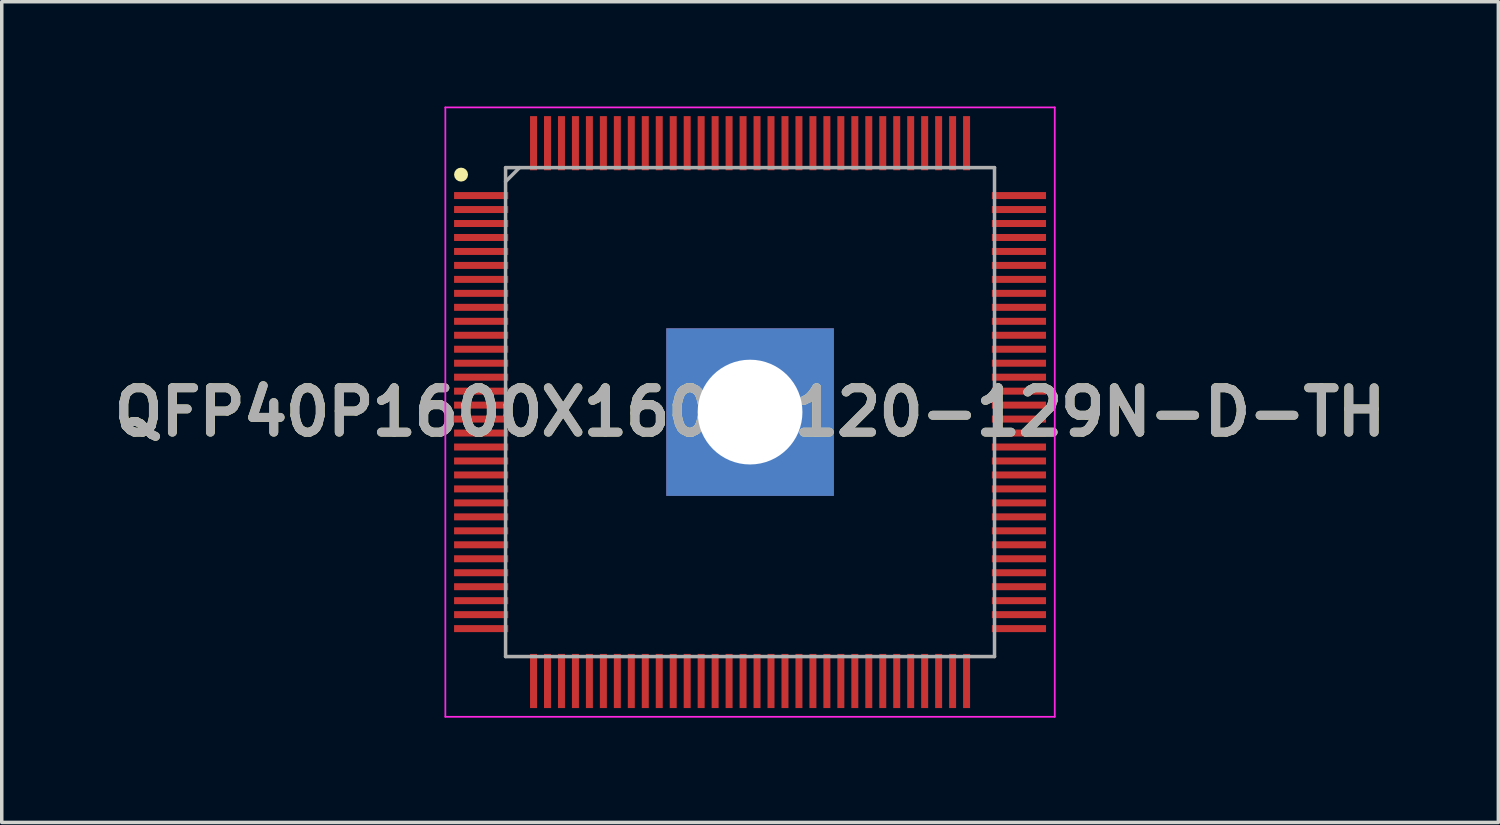
<source format=kicad_pcb>
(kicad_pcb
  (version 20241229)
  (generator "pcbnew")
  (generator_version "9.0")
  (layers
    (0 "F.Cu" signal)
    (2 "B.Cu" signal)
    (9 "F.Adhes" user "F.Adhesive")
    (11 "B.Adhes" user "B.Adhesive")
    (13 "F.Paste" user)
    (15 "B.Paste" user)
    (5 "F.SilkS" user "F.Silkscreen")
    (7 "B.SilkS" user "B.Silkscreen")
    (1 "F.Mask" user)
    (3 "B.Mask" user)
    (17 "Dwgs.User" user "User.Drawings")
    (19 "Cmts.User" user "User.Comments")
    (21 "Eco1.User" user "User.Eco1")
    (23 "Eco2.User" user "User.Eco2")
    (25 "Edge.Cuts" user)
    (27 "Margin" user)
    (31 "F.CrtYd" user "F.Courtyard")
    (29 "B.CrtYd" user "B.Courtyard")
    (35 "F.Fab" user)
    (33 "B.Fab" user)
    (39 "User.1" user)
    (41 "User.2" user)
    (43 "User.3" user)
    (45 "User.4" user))
  (footprint "QFP40P1600X1600X120-129N-D-TH"
    (layer "F.Cu")
    (at 18.427 8.75)
    (property "Reference" "QFP40P1600X1600X120-129N-D-TH" (at 0 0 0) (layer "F.SilkS") (effects (font (size 1.27 1.27) (thickness 0.254))))
    (attr smd)
    (fp_circle (center -8.275 -6.8) (end -8.275 -6.7) (stroke (width 0.2) (type solid)) (fill no) (layer "F.SilkS"))
    (fp_line (start -8.725 -8.725) (end 8.725 -8.725) (stroke (width 0.05) (type solid)) (layer "F.CrtYd"))
    (fp_line (start -8.725 8.725) (end -8.725 -8.725) (stroke (width 0.05) (type solid)) (layer "F.CrtYd"))
    (fp_line (start 8.725 -8.725) (end 8.725 8.725) (stroke (width 0.05) (type solid)) (layer "F.CrtYd"))
    (fp_line (start 8.725 8.725) (end -8.725 8.725) (stroke (width 0.05) (type solid)) (layer "F.CrtYd"))
    (fp_line (start -7 -7) (end 7 -7) (stroke (width 0.1) (type solid)) (layer "F.Fab"))
    (fp_line (start -7 -6.6) (end -6.6 -7) (stroke (width 0.1) (type solid)) (layer "F.Fab"))
    (fp_line (start -7 7) (end -7 -7) (stroke (width 0.1) (type solid)) (layer "F.Fab"))
    (fp_line (start 7 -7) (end 7 7) (stroke (width 0.1) (type solid)) (layer "F.Fab"))
    (fp_line (start 7 7) (end -7 7) (stroke (width 0.1) (type solid)) (layer "F.Fab"))
    (fp_text user "${REFERENCE}" (at 0 0 0) (layer "F.Fab") (effects (font (size 1.27 1.27) (thickness 0.254))))
    (pad "1" smd rect (at -7.7 -6.2 90) (size 0.2 1.55) (layers "F.Cu" "F.Mask" "F.Paste"))
    (pad "2" smd rect (at -7.7 -5.8 90) (size 0.2 1.55) (layers "F.Cu" "F.Mask" "F.Paste"))
    (pad "3" smd rect (at -7.7 -5.4 90) (size 0.2 1.55) (layers "F.Cu" "F.Mask" "F.Paste"))
    (pad "4" smd rect (at -7.7 -5 90) (size 0.2 1.55) (layers "F.Cu" "F.Mask" "F.Paste"))
    (pad "5" smd rect (at -7.7 -4.6 90) (size 0.2 1.55) (layers "F.Cu" "F.Mask" "F.Paste"))
    (pad "6" smd rect (at -7.7 -4.2 90) (size 0.2 1.55) (layers "F.Cu" "F.Mask" "F.Paste"))
    (pad "7" smd rect (at -7.7 -3.8 90) (size 0.2 1.55) (layers "F.Cu" "F.Mask" "F.Paste"))
    (pad "8" smd rect (at -7.7 -3.4 90) (size 0.2 1.55) (layers "F.Cu" "F.Mask" "F.Paste"))
    (pad "9" smd rect (at -7.7 -3 90) (size 0.2 1.55) (layers "F.Cu" "F.Mask" "F.Paste"))
    (pad "10" smd rect (at -7.7 -2.6 90) (size 0.2 1.55) (layers "F.Cu" "F.Mask" "F.Paste"))
    (pad "11" smd rect (at -7.7 -2.2 90) (size 0.2 1.55) (layers "F.Cu" "F.Mask" "F.Paste"))
    (pad "12" smd rect (at -7.7 -1.8 90) (size 0.2 1.55) (layers "F.Cu" "F.Mask" "F.Paste"))
    (pad "13" smd rect (at -7.7 -1.4 90) (size 0.2 1.55) (layers "F.Cu" "F.Mask" "F.Paste"))
    (pad "14" smd rect (at -7.7 -1 90) (size 0.2 1.55) (layers "F.Cu" "F.Mask" "F.Paste"))
    (pad "15" smd rect (at -7.7 -0.6 90) (size 0.2 1.55) (layers "F.Cu" "F.Mask" "F.Paste"))
    (pad "16" smd rect (at -7.7 -0.2 90) (size 0.2 1.55) (layers "F.Cu" "F.Mask" "F.Paste"))
    (pad "17" smd rect (at -7.7 0.2 90) (size 0.2 1.55) (layers "F.Cu" "F.Mask" "F.Paste"))
    (pad "18" smd rect (at -7.7 0.6 90) (size 0.2 1.55) (layers "F.Cu" "F.Mask" "F.Paste"))
    (pad "19" smd rect (at -7.7 1 90) (size 0.2 1.55) (layers "F.Cu" "F.Mask" "F.Paste"))
    (pad "20" smd rect (at -7.7 1.4 90) (size 0.2 1.55) (layers "F.Cu" "F.Mask" "F.Paste"))
    (pad "21" smd rect (at -7.7 1.8 90) (size 0.2 1.55) (layers "F.Cu" "F.Mask" "F.Paste"))
    (pad "22" smd rect (at -7.7 2.2 90) (size 0.2 1.55) (layers "F.Cu" "F.Mask" "F.Paste"))
    (pad "23" smd rect (at -7.7 2.6 90) (size 0.2 1.55) (layers "F.Cu" "F.Mask" "F.Paste"))
    (pad "24" smd rect (at -7.7 3 90) (size 0.2 1.55) (layers "F.Cu" "F.Mask" "F.Paste"))
    (pad "25" smd rect (at -7.7 3.4 90) (size 0.2 1.55) (layers "F.Cu" "F.Mask" "F.Paste"))
    (pad "26" smd rect (at -7.7 3.8 90) (size 0.2 1.55) (layers "F.Cu" "F.Mask" "F.Paste"))
    (pad "27" smd rect (at -7.7 4.2 90) (size 0.2 1.55) (layers "F.Cu" "F.Mask" "F.Paste"))
    (pad "28" smd rect (at -7.7 4.6 90) (size 0.2 1.55) (layers "F.Cu" "F.Mask" "F.Paste"))
    (pad "29" smd rect (at -7.7 5 90) (size 0.2 1.55) (layers "F.Cu" "F.Mask" "F.Paste"))
    (pad "30" smd rect (at -7.7 5.4 90) (size 0.2 1.55) (layers "F.Cu" "F.Mask" "F.Paste"))
    (pad "31" smd rect (at -7.7 5.8 90) (size 0.2 1.55) (layers "F.Cu" "F.Mask" "F.Paste"))
    (pad "32" smd rect (at -7.7 6.2 90) (size 0.2 1.55) (layers "F.Cu" "F.Mask" "F.Paste"))
    (pad "33" smd rect (at -6.2 7.7) (size 0.2 1.55) (layers "F.Cu" "F.Mask" "F.Paste"))
    (pad "34" smd rect (at -5.8 7.7) (size 0.2 1.55) (layers "F.Cu" "F.Mask" "F.Paste"))
    (pad "35" smd rect (at -5.4 7.7) (size 0.2 1.55) (layers "F.Cu" "F.Mask" "F.Paste"))
    (pad "36" smd rect (at -5 7.7) (size 0.2 1.55) (layers "F.Cu" "F.Mask" "F.Paste"))
    (pad "37" smd rect (at -4.6 7.7) (size 0.2 1.55) (layers "F.Cu" "F.Mask" "F.Paste"))
    (pad "38" smd rect (at -4.2 7.7) (size 0.2 1.55) (layers "F.Cu" "F.Mask" "F.Paste"))
    (pad "39" smd rect (at -3.8 7.7) (size 0.2 1.55) (layers "F.Cu" "F.Mask" "F.Paste"))
    (pad "40" smd rect (at -3.4 7.7) (size 0.2 1.55) (layers "F.Cu" "F.Mask" "F.Paste"))
    (pad "41" smd rect (at -3 7.7) (size 0.2 1.55) (layers "F.Cu" "F.Mask" "F.Paste"))
    (pad "42" smd rect (at -2.6 7.7) (size 0.2 1.55) (layers "F.Cu" "F.Mask" "F.Paste"))
    (pad "43" smd rect (at -2.2 7.7) (size 0.2 1.55) (layers "F.Cu" "F.Mask" "F.Paste"))
    (pad "44" smd rect (at -1.8 7.7) (size 0.2 1.55) (layers "F.Cu" "F.Mask" "F.Paste"))
    (pad "45" smd rect (at -1.4 7.7) (size 0.2 1.55) (layers "F.Cu" "F.Mask" "F.Paste"))
    (pad "46" smd rect (at -1 7.7) (size 0.2 1.55) (layers "F.Cu" "F.Mask" "F.Paste"))
    (pad "47" smd rect (at -0.6 7.7) (size 0.2 1.55) (layers "F.Cu" "F.Mask" "F.Paste"))
    (pad "48" smd rect (at -0.2 7.7) (size 0.2 1.55) (layers "F.Cu" "F.Mask" "F.Paste"))
    (pad "49" smd rect (at 0.2 7.7) (size 0.2 1.55) (layers "F.Cu" "F.Mask" "F.Paste"))
    (pad "50" smd rect (at 0.6 7.7) (size 0.2 1.55) (layers "F.Cu" "F.Mask" "F.Paste"))
    (pad "51" smd rect (at 1 7.7) (size 0.2 1.55) (layers "F.Cu" "F.Mask" "F.Paste"))
    (pad "52" smd rect (at 1.4 7.7) (size 0.2 1.55) (layers "F.Cu" "F.Mask" "F.Paste"))
    (pad "53" smd rect (at 1.8 7.7) (size 0.2 1.55) (layers "F.Cu" "F.Mask" "F.Paste"))
    (pad "54" smd rect (at 2.2 7.7) (size 0.2 1.55) (layers "F.Cu" "F.Mask" "F.Paste"))
    (pad "55" smd rect (at 2.6 7.7) (size 0.2 1.55) (layers "F.Cu" "F.Mask" "F.Paste"))
    (pad "56" smd rect (at 3 7.7) (size 0.2 1.55) (layers "F.Cu" "F.Mask" "F.Paste"))
    (pad "57" smd rect (at 3.4 7.7) (size 0.2 1.55) (layers "F.Cu" "F.Mask" "F.Paste"))
    (pad "58" smd rect (at 3.8 7.7) (size 0.2 1.55) (layers "F.Cu" "F.Mask" "F.Paste"))
    (pad "59" smd rect (at 4.2 7.7) (size 0.2 1.55) (layers "F.Cu" "F.Mask" "F.Paste"))
    (pad "60" smd rect (at 4.6 7.7) (size 0.2 1.55) (layers "F.Cu" "F.Mask" "F.Paste"))
    (pad "61" smd rect (at 5 7.7) (size 0.2 1.55) (layers "F.Cu" "F.Mask" "F.Paste"))
    (pad "62" smd rect (at 5.4 7.7) (size 0.2 1.55) (layers "F.Cu" "F.Mask" "F.Paste"))
    (pad "63" smd rect (at 5.8 7.7) (size 0.2 1.55) (layers "F.Cu" "F.Mask" "F.Paste"))
    (pad "64" smd rect (at 6.2 7.7) (size 0.2 1.55) (layers "F.Cu" "F.Mask" "F.Paste"))
    (pad "65" smd rect (at 7.7 6.2 90) (size 0.2 1.55) (layers "F.Cu" "F.Mask" "F.Paste"))
    (pad "66" smd rect (at 7.7 5.8 90) (size 0.2 1.55) (layers "F.Cu" "F.Mask" "F.Paste"))
    (pad "67" smd rect (at 7.7 5.4 90) (size 0.2 1.55) (layers "F.Cu" "F.Mask" "F.Paste"))
    (pad "68" smd rect (at 7.7 5 90) (size 0.2 1.55) (layers "F.Cu" "F.Mask" "F.Paste"))
    (pad "69" smd rect (at 7.7 4.6 90) (size 0.2 1.55) (layers "F.Cu" "F.Mask" "F.Paste"))
    (pad "70" smd rect (at 7.7 4.2 90) (size 0.2 1.55) (layers "F.Cu" "F.Mask" "F.Paste"))
    (pad "71" smd rect (at 7.7 3.8 90) (size 0.2 1.55) (layers "F.Cu" "F.Mask" "F.Paste"))
    (pad "72" smd rect (at 7.7 3.4 90) (size 0.2 1.55) (layers "F.Cu" "F.Mask" "F.Paste"))
    (pad "73" smd rect (at 7.7 3 90) (size 0.2 1.55) (layers "F.Cu" "F.Mask" "F.Paste"))
    (pad "74" smd rect (at 7.7 2.6 90) (size 0.2 1.55) (layers "F.Cu" "F.Mask" "F.Paste"))
    (pad "75" smd rect (at 7.7 2.2 90) (size 0.2 1.55) (layers "F.Cu" "F.Mask" "F.Paste"))
    (pad "76" smd rect (at 7.7 1.8 90) (size 0.2 1.55) (layers "F.Cu" "F.Mask" "F.Paste"))
    (pad "77" smd rect (at 7.7 1.4 90) (size 0.2 1.55) (layers "F.Cu" "F.Mask" "F.Paste"))
    (pad "78" smd rect (at 7.7 1 90) (size 0.2 1.55) (layers "F.Cu" "F.Mask" "F.Paste"))
    (pad "79" smd rect (at 7.7 0.6 90) (size 0.2 1.55) (layers "F.Cu" "F.Mask" "F.Paste"))
    (pad "80" smd rect (at 7.7 0.2 90) (size 0.2 1.55) (layers "F.Cu" "F.Mask" "F.Paste"))
    (pad "81" smd rect (at 7.7 -0.2 90) (size 0.2 1.55) (layers "F.Cu" "F.Mask" "F.Paste"))
    (pad "82" smd rect (at 7.7 -0.6 90) (size 0.2 1.55) (layers "F.Cu" "F.Mask" "F.Paste"))
    (pad "83" smd rect (at 7.7 -1 90) (size 0.2 1.55) (layers "F.Cu" "F.Mask" "F.Paste"))
    (pad "84" smd rect (at 7.7 -1.4 90) (size 0.2 1.55) (layers "F.Cu" "F.Mask" "F.Paste"))
    (pad "85" smd rect (at 7.7 -1.8 90) (size 0.2 1.55) (layers "F.Cu" "F.Mask" "F.Paste"))
    (pad "86" smd rect (at 7.7 -2.2 90) (size 0.2 1.55) (layers "F.Cu" "F.Mask" "F.Paste"))
    (pad "87" smd rect (at 7.7 -2.6 90) (size 0.2 1.55) (layers "F.Cu" "F.Mask" "F.Paste"))
    (pad "88" smd rect (at 7.7 -3 90) (size 0.2 1.55) (layers "F.Cu" "F.Mask" "F.Paste"))
    (pad "89" smd rect (at 7.7 -3.4 90) (size 0.2 1.55) (layers "F.Cu" "F.Mask" "F.Paste"))
    (pad "90" smd rect (at 7.7 -3.8 90) (size 0.2 1.55) (layers "F.Cu" "F.Mask" "F.Paste"))
    (pad "91" smd rect (at 7.7 -4.2 90) (size 0.2 1.55) (layers "F.Cu" "F.Mask" "F.Paste"))
    (pad "92" smd rect (at 7.7 -4.6 90) (size 0.2 1.55) (layers "F.Cu" "F.Mask" "F.Paste"))
    (pad "93" smd rect (at 7.7 -5 90) (size 0.2 1.55) (layers "F.Cu" "F.Mask" "F.Paste"))
    (pad "94" smd rect (at 7.7 -5.4 90) (size 0.2 1.55) (layers "F.Cu" "F.Mask" "F.Paste"))
    (pad "95" smd rect (at 7.7 -5.8 90) (size 0.2 1.55) (layers "F.Cu" "F.Mask" "F.Paste"))
    (pad "96" smd rect (at 7.7 -6.2 90) (size 0.2 1.55) (layers "F.Cu" "F.Mask" "F.Paste"))
    (pad "97" smd rect (at 6.2 -7.7) (size 0.2 1.55) (layers "F.Cu" "F.Mask" "F.Paste"))
    (pad "98" smd rect (at 5.8 -7.7) (size 0.2 1.55) (layers "F.Cu" "F.Mask" "F.Paste"))
    (pad "99" smd rect (at 5.4 -7.7) (size 0.2 1.55) (layers "F.Cu" "F.Mask" "F.Paste"))
    (pad "100" smd rect (at 5 -7.7) (size 0.2 1.55) (layers "F.Cu" "F.Mask" "F.Paste"))
    (pad "101" smd rect (at 4.6 -7.7) (size 0.2 1.55) (layers "F.Cu" "F.Mask" "F.Paste"))
    (pad "102" smd rect (at 4.2 -7.7) (size 0.2 1.55) (layers "F.Cu" "F.Mask" "F.Paste"))
    (pad "103" smd rect (at 3.8 -7.7) (size 0.2 1.55) (layers "F.Cu" "F.Mask" "F.Paste"))
    (pad "104" smd rect (at 3.4 -7.7) (size 0.2 1.55) (layers "F.Cu" "F.Mask" "F.Paste"))
    (pad "105" smd rect (at 3 -7.7) (size 0.2 1.55) (layers "F.Cu" "F.Mask" "F.Paste"))
    (pad "106" smd rect (at 2.6 -7.7) (size 0.2 1.55) (layers "F.Cu" "F.Mask" "F.Paste"))
    (pad "107" smd rect (at 2.2 -7.7) (size 0.2 1.55) (layers "F.Cu" "F.Mask" "F.Paste"))
    (pad "108" smd rect (at 1.8 -7.7) (size 0.2 1.55) (layers "F.Cu" "F.Mask" "F.Paste"))
    (pad "109" smd rect (at 1.4 -7.7) (size 0.2 1.55) (layers "F.Cu" "F.Mask" "F.Paste"))
    (pad "110" smd rect (at 1 -7.7) (size 0.2 1.55) (layers "F.Cu" "F.Mask" "F.Paste"))
    (pad "111" smd rect (at 0.6 -7.7) (size 0.2 1.55) (layers "F.Cu" "F.Mask" "F.Paste"))
    (pad "112" smd rect (at 0.2 -7.7) (size 0.2 1.55) (layers "F.Cu" "F.Mask" "F.Paste"))
    (pad "113" smd rect (at -0.2 -7.7) (size 0.2 1.55) (layers "F.Cu" "F.Mask" "F.Paste"))
    (pad "114" smd rect (at -0.6 -7.7) (size 0.2 1.55) (layers "F.Cu" "F.Mask" "F.Paste"))
    (pad "115" smd rect (at -1 -7.7) (size 0.2 1.55) (layers "F.Cu" "F.Mask" "F.Paste"))
    (pad "116" smd rect (at -1.4 -7.7) (size 0.2 1.55) (layers "F.Cu" "F.Mask" "F.Paste"))
    (pad "117" smd rect (at -1.8 -7.7) (size 0.2 1.55) (layers "F.Cu" "F.Mask" "F.Paste"))
    (pad "118" smd rect (at -2.2 -7.7) (size 0.2 1.55) (layers "F.Cu" "F.Mask" "F.Paste"))
    (pad "119" smd rect (at -2.6 -7.7) (size 0.2 1.55) (layers "F.Cu" "F.Mask" "F.Paste"))
    (pad "120" smd rect (at -3 -7.7) (size 0.2 1.55) (layers "F.Cu" "F.Mask" "F.Paste"))
    (pad "121" smd rect (at -3.4 -7.7) (size 0.2 1.55) (layers "F.Cu" "F.Mask" "F.Paste"))
    (pad "122" smd rect (at -3.8 -7.7) (size 0.2 1.55) (layers "F.Cu" "F.Mask" "F.Paste"))
    (pad "123" smd rect (at -4.2 -7.7) (size 0.2 1.55) (layers "F.Cu" "F.Mask" "F.Paste"))
    (pad "124" smd rect (at -4.6 -7.7) (size 0.2 1.55) (layers "F.Cu" "F.Mask" "F.Paste"))
    (pad "125" smd rect (at -5 -7.7) (size 0.2 1.55) (layers "F.Cu" "F.Mask" "F.Paste"))
    (pad "126" smd rect (at -5.4 -7.7) (size 0.2 1.55) (layers "F.Cu" "F.Mask" "F.Paste"))
    (pad "127" smd rect (at -5.8 -7.7) (size 0.2 1.55) (layers "F.Cu" "F.Mask" "F.Paste"))
    (pad "128" smd rect (at -6.2 -7.7) (size 0.2 1.55) (layers "F.Cu" "F.Mask" "F.Paste"))
    (pad "129" thru_hole rect (at 0 0) (size 4.8 4.8) (drill 3) (layers "*.Cu" "*.Mask")))
  (gr_rect
    (start -3 -3)
    (end 39.854 20.5)
    (stroke (width 0.1) (type default))
    (fill no)
    (layer "Edge.Cuts")))
</source>
